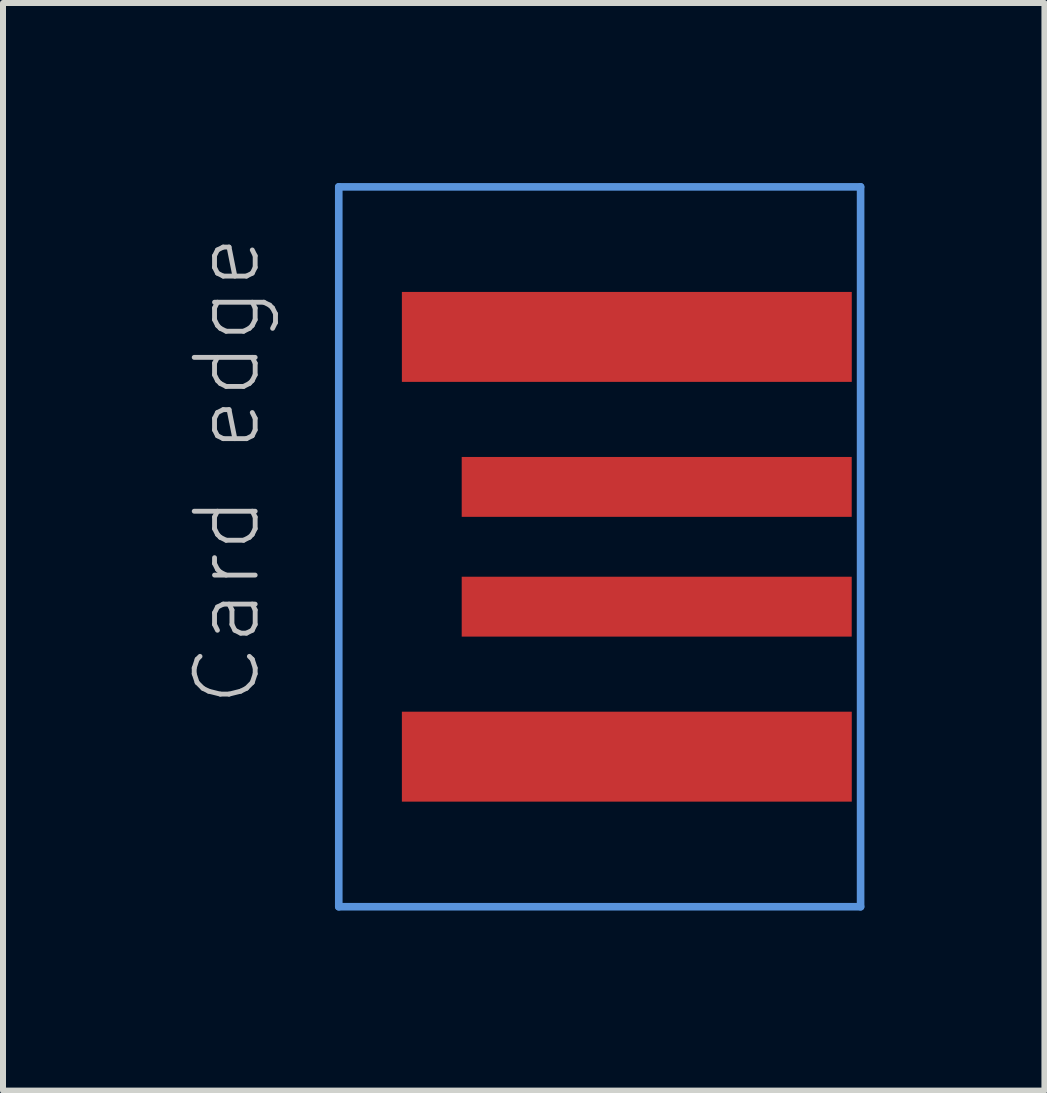
<source format=kicad_pcb>
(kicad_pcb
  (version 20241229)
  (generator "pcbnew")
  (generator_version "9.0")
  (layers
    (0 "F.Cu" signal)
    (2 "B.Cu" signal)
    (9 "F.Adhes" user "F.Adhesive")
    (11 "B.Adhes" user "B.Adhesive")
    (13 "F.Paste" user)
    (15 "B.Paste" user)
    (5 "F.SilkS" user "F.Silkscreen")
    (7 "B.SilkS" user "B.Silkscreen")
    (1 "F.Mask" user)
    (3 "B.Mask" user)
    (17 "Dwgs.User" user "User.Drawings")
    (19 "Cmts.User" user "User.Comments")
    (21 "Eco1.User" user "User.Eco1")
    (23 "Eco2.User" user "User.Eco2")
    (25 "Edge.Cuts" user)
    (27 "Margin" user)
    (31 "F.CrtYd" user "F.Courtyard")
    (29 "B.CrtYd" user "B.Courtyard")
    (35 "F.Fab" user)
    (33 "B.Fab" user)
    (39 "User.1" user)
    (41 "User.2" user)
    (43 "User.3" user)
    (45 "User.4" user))
  (footprint "USB-A-PCB"
    (layer "F.Cu")
    (at 7.595 6.063)
    (property "Reference" "USB-A-PCB" (at 0 0 0) (layer "Cmts.User") (effects (font (size 0.001 0.001) (thickness 0.000001))))
    (attr through_hole)
    (fp_line (start -4.999 -5.999) (end 3.698 -5.999) (stroke (width 0.127) (type solid)) (layer "Cmts.User"))
    (fp_line (start -4.999 5.999) (end -4.999 -5.999) (stroke (width 0.127) (type solid)) (layer "Cmts.User"))
    (fp_line (start 3.698 -5.999) (end 3.698 5.999) (stroke (width 0.127) (type solid)) (layer "Cmts.User"))
    (fp_line (start 3.698 5.999) (end -4.999 5.999) (stroke (width 0.127) (type solid)) (layer "Cmts.User"))
    (fp_text user "Card edge" (at -6.858 -1.27 90) (layer "Dwgs.User") (effects (font (size 1.016 1.016) (thickness 0.081))))
    (fp_text user ">Value" (at -0.051 5.283 0) (layer "Eco1.User") (effects (font (size 0.406 0.406) (thickness 0.03))))
    (fp_text user ">Name" (at -0.457 -4.877 0) (layer "Eco1.User") (effects (font (size 0.406 0.406) (thickness 0.03))))
    (pad "1" smd rect (at -0.198 -3.498) (size 7.498 1.499) (layers "F.Cu" "F.Mask" "F.Paste"))
    (pad "2" smd rect (at 0.3 -0.998) (size 6.5 0.998) (layers "F.Cu" "F.Mask" "F.Paste"))
    (pad "3" smd rect (at 0.3 0.998) (size 6.5 0.998) (layers "F.Cu" "F.Mask" "F.Paste"))
    (pad "4" smd rect (at -0.198 3.498) (size 7.498 1.499) (layers "F.Cu" "F.Mask" "F.Paste")))
  (gr_rect
    (start -3 -3)
    (end 14.357 15.126)
    (stroke (width 0.1) (type default))
    (fill no)
    (layer "Edge.Cuts")))
</source>
